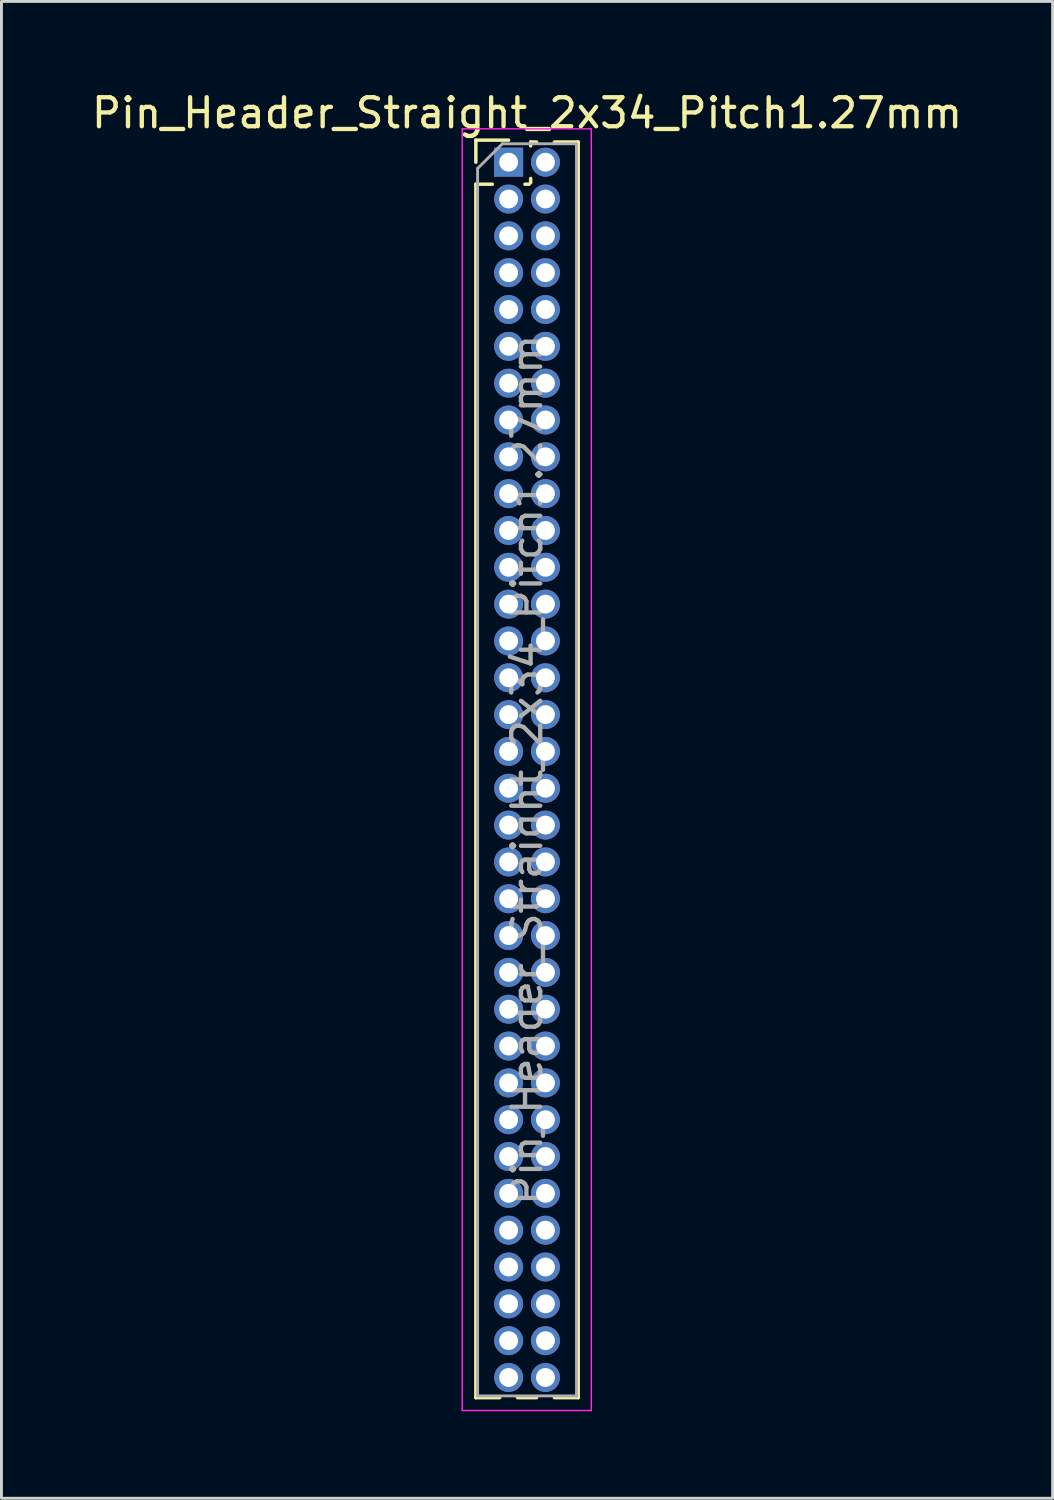
<source format=kicad_pcb>
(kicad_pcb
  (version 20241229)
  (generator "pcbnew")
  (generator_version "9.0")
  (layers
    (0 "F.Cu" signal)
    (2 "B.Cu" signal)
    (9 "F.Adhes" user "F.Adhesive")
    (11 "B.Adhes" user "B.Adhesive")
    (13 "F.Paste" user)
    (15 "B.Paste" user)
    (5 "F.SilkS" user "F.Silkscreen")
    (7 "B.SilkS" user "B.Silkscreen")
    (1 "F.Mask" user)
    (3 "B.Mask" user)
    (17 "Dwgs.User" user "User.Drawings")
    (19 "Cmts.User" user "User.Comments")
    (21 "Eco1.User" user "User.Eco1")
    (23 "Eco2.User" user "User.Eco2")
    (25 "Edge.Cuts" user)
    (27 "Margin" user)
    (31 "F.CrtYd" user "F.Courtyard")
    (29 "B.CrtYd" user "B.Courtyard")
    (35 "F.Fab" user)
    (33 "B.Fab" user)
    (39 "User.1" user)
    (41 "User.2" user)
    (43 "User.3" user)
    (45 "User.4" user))
  (footprint "Pin_Header_Straight_2x34_Pitch1.27mm"
    (layer "F.Cu")
    (at 14.49 2.543)
    (property "Reference" "Pin_Header_Straight_2x34_Pitch1.27mm" (at 0.635 -1.695 0) (layer "F.SilkS") (effects (font (size 1 1) (thickness 0.15))))
    (attr through_hole)
    (fp_line (start -1.13 -0.76) (end 0 -0.76) (stroke (width 0.12) (type solid)) (layer "F.SilkS"))
    (fp_line (start -1.13 0) (end -1.13 -0.76) (stroke (width 0.12) (type solid)) (layer "F.SilkS"))
    (fp_line (start -1.13 0.76) (end -1.13 42.605) (stroke (width 0.12) (type solid)) (layer "F.SilkS"))
    (fp_line (start -1.13 0.76) (end -0.563 0.76) (stroke (width 0.12) (type solid)) (layer "F.SilkS"))
    (fp_line (start -1.13 42.605) (end -0.308 42.605) (stroke (width 0.12) (type solid)) (layer "F.SilkS"))
    (fp_line (start 0.308 42.605) (end 0.962 42.605) (stroke (width 0.12) (type solid)) (layer "F.SilkS"))
    (fp_line (start 0.563 0.76) (end 0.707 0.76) (stroke (width 0.12) (type solid)) (layer "F.SilkS"))
    (fp_line (start 0.76 -0.695) (end 0.962 -0.695) (stroke (width 0.12) (type solid)) (layer "F.SilkS"))
    (fp_line (start 0.76 -0.563) (end 0.76 -0.695) (stroke (width 0.12) (type solid)) (layer "F.SilkS"))
    (fp_line (start 0.76 0.707) (end 0.76 0.563) (stroke (width 0.12) (type solid)) (layer "F.SilkS"))
    (fp_line (start 1.578 -0.695) (end 2.4 -0.695) (stroke (width 0.12) (type solid)) (layer "F.SilkS"))
    (fp_line (start 1.578 42.605) (end 2.4 42.605) (stroke (width 0.12) (type solid)) (layer "F.SilkS"))
    (fp_line (start 2.4 -0.695) (end 2.4 42.605) (stroke (width 0.12) (type solid)) (layer "F.SilkS"))
    (fp_line (start -1.6 -1.15) (end -1.6 43.05) (stroke (width 0.05) (type solid)) (layer "F.CrtYd"))
    (fp_line (start -1.6 43.05) (end 2.85 43.05) (stroke (width 0.05) (type solid)) (layer "F.CrtYd"))
    (fp_line (start 2.85 -1.15) (end -1.6 -1.15) (stroke (width 0.05) (type solid)) (layer "F.CrtYd"))
    (fp_line (start 2.85 43.05) (end 2.85 -1.15) (stroke (width 0.05) (type solid)) (layer "F.CrtYd"))
    (fp_line (start -1.07 0.217) (end -0.217 -0.635) (stroke (width 0.1) (type solid)) (layer "F.Fab"))
    (fp_line (start -1.07 42.545) (end -1.07 0.217) (stroke (width 0.1) (type solid)) (layer "F.Fab"))
    (fp_line (start -0.217 -0.635) (end 2.34 -0.635) (stroke (width 0.1) (type solid)) (layer "F.Fab"))
    (fp_line (start 2.34 -0.635) (end 2.34 42.545) (stroke (width 0.1) (type solid)) (layer "F.Fab"))
    (fp_line (start 2.34 42.545) (end -1.07 42.545) (stroke (width 0.1) (type solid)) (layer "F.Fab"))
    (fp_text user "${REFERENCE}" (at 0.635 20.955 90) (layer "F.Fab") (effects (font (size 1 1) (thickness 0.15))))
    (pad "1" thru_hole rect (at 0 0) (size 1 1) (drill 0.65) (layers "*.Cu" "*.Mask"))
    (pad "2" thru_hole oval (at 1.27 0) (size 1 1) (drill 0.65) (layers "*.Cu" "*.Mask"))
    (pad "3" thru_hole oval (at 0 1.27) (size 1 1) (drill 0.65) (layers "*.Cu" "*.Mask"))
    (pad "4" thru_hole oval (at 1.27 1.27) (size 1 1) (drill 0.65) (layers "*.Cu" "*.Mask"))
    (pad "5" thru_hole oval (at 0 2.54) (size 1 1) (drill 0.65) (layers "*.Cu" "*.Mask"))
    (pad "6" thru_hole oval (at 1.27 2.54) (size 1 1) (drill 0.65) (layers "*.Cu" "*.Mask"))
    (pad "7" thru_hole oval (at 0 3.81) (size 1 1) (drill 0.65) (layers "*.Cu" "*.Mask"))
    (pad "8" thru_hole oval (at 1.27 3.81) (size 1 1) (drill 0.65) (layers "*.Cu" "*.Mask"))
    (pad "9" thru_hole oval (at 0 5.08) (size 1 1) (drill 0.65) (layers "*.Cu" "*.Mask"))
    (pad "10" thru_hole oval (at 1.27 5.08) (size 1 1) (drill 0.65) (layers "*.Cu" "*.Mask"))
    (pad "11" thru_hole oval (at 0 6.35) (size 1 1) (drill 0.65) (layers "*.Cu" "*.Mask"))
    (pad "12" thru_hole oval (at 1.27 6.35) (size 1 1) (drill 0.65) (layers "*.Cu" "*.Mask"))
    (pad "13" thru_hole oval (at 0 7.62) (size 1 1) (drill 0.65) (layers "*.Cu" "*.Mask"))
    (pad "14" thru_hole oval (at 1.27 7.62) (size 1 1) (drill 0.65) (layers "*.Cu" "*.Mask"))
    (pad "15" thru_hole oval (at 0 8.89) (size 1 1) (drill 0.65) (layers "*.Cu" "*.Mask"))
    (pad "16" thru_hole oval (at 1.27 8.89) (size 1 1) (drill 0.65) (layers "*.Cu" "*.Mask"))
    (pad "17" thru_hole oval (at 0 10.16) (size 1 1) (drill 0.65) (layers "*.Cu" "*.Mask"))
    (pad "18" thru_hole oval (at 1.27 10.16) (size 1 1) (drill 0.65) (layers "*.Cu" "*.Mask"))
    (pad "19" thru_hole oval (at 0 11.43) (size 1 1) (drill 0.65) (layers "*.Cu" "*.Mask"))
    (pad "20" thru_hole oval (at 1.27 11.43) (size 1 1) (drill 0.65) (layers "*.Cu" "*.Mask"))
    (pad "21" thru_hole oval (at 0 12.7) (size 1 1) (drill 0.65) (layers "*.Cu" "*.Mask"))
    (pad "22" thru_hole oval (at 1.27 12.7) (size 1 1) (drill 0.65) (layers "*.Cu" "*.Mask"))
    (pad "23" thru_hole oval (at 0 13.97) (size 1 1) (drill 0.65) (layers "*.Cu" "*.Mask"))
    (pad "24" thru_hole oval (at 1.27 13.97) (size 1 1) (drill 0.65) (layers "*.Cu" "*.Mask"))
    (pad "25" thru_hole oval (at 0 15.24) (size 1 1) (drill 0.65) (layers "*.Cu" "*.Mask"))
    (pad "26" thru_hole oval (at 1.27 15.24) (size 1 1) (drill 0.65) (layers "*.Cu" "*.Mask"))
    (pad "27" thru_hole oval (at 0 16.51) (size 1 1) (drill 0.65) (layers "*.Cu" "*.Mask"))
    (pad "28" thru_hole oval (at 1.27 16.51) (size 1 1) (drill 0.65) (layers "*.Cu" "*.Mask"))
    (pad "29" thru_hole oval (at 0 17.78) (size 1 1) (drill 0.65) (layers "*.Cu" "*.Mask"))
    (pad "30" thru_hole oval (at 1.27 17.78) (size 1 1) (drill 0.65) (layers "*.Cu" "*.Mask"))
    (pad "31" thru_hole oval (at 0 19.05) (size 1 1) (drill 0.65) (layers "*.Cu" "*.Mask"))
    (pad "32" thru_hole oval (at 1.27 19.05) (size 1 1) (drill 0.65) (layers "*.Cu" "*.Mask"))
    (pad "33" thru_hole oval (at 0 20.32) (size 1 1) (drill 0.65) (layers "*.Cu" "*.Mask"))
    (pad "34" thru_hole oval (at 1.27 20.32) (size 1 1) (drill 0.65) (layers "*.Cu" "*.Mask"))
    (pad "35" thru_hole oval (at 0 21.59) (size 1 1) (drill 0.65) (layers "*.Cu" "*.Mask"))
    (pad "36" thru_hole oval (at 1.27 21.59) (size 1 1) (drill 0.65) (layers "*.Cu" "*.Mask"))
    (pad "37" thru_hole oval (at 0 22.86) (size 1 1) (drill 0.65) (layers "*.Cu" "*.Mask"))
    (pad "38" thru_hole oval (at 1.27 22.86) (size 1 1) (drill 0.65) (layers "*.Cu" "*.Mask"))
    (pad "39" thru_hole oval (at 0 24.13) (size 1 1) (drill 0.65) (layers "*.Cu" "*.Mask"))
    (pad "40" thru_hole oval (at 1.27 24.13) (size 1 1) (drill 0.65) (layers "*.Cu" "*.Mask"))
    (pad "41" thru_hole oval (at 0 25.4) (size 1 1) (drill 0.65) (layers "*.Cu" "*.Mask"))
    (pad "42" thru_hole oval (at 1.27 25.4) (size 1 1) (drill 0.65) (layers "*.Cu" "*.Mask"))
    (pad "43" thru_hole oval (at 0 26.67) (size 1 1) (drill 0.65) (layers "*.Cu" "*.Mask"))
    (pad "44" thru_hole oval (at 1.27 26.67) (size 1 1) (drill 0.65) (layers "*.Cu" "*.Mask"))
    (pad "45" thru_hole oval (at 0 27.94) (size 1 1) (drill 0.65) (layers "*.Cu" "*.Mask"))
    (pad "46" thru_hole oval (at 1.27 27.94) (size 1 1) (drill 0.65) (layers "*.Cu" "*.Mask"))
    (pad "47" thru_hole oval (at 0 29.21) (size 1 1) (drill 0.65) (layers "*.Cu" "*.Mask"))
    (pad "48" thru_hole oval (at 1.27 29.21) (size 1 1) (drill 0.65) (layers "*.Cu" "*.Mask"))
    (pad "49" thru_hole oval (at 0 30.48) (size 1 1) (drill 0.65) (layers "*.Cu" "*.Mask"))
    (pad "50" thru_hole oval (at 1.27 30.48) (size 1 1) (drill 0.65) (layers "*.Cu" "*.Mask"))
    (pad "51" thru_hole oval (at 0 31.75) (size 1 1) (drill 0.65) (layers "*.Cu" "*.Mask"))
    (pad "52" thru_hole oval (at 1.27 31.75) (size 1 1) (drill 0.65) (layers "*.Cu" "*.Mask"))
    (pad "53" thru_hole oval (at 0 33.02) (size 1 1) (drill 0.65) (layers "*.Cu" "*.Mask"))
    (pad "54" thru_hole oval (at 1.27 33.02) (size 1 1) (drill 0.65) (layers "*.Cu" "*.Mask"))
    (pad "55" thru_hole oval (at 0 34.29) (size 1 1) (drill 0.65) (layers "*.Cu" "*.Mask"))
    (pad "56" thru_hole oval (at 1.27 34.29) (size 1 1) (drill 0.65) (layers "*.Cu" "*.Mask"))
    (pad "57" thru_hole oval (at 0 35.56) (size 1 1) (drill 0.65) (layers "*.Cu" "*.Mask"))
    (pad "58" thru_hole oval (at 1.27 35.56) (size 1 1) (drill 0.65) (layers "*.Cu" "*.Mask"))
    (pad "59" thru_hole oval (at 0 36.83) (size 1 1) (drill 0.65) (layers "*.Cu" "*.Mask"))
    (pad "60" thru_hole oval (at 1.27 36.83) (size 1 1) (drill 0.65) (layers "*.Cu" "*.Mask"))
    (pad "61" thru_hole oval (at 0 38.1) (size 1 1) (drill 0.65) (layers "*.Cu" "*.Mask"))
    (pad "62" thru_hole oval (at 1.27 38.1) (size 1 1) (drill 0.65) (layers "*.Cu" "*.Mask"))
    (pad "63" thru_hole oval (at 0 39.37) (size 1 1) (drill 0.65) (layers "*.Cu" "*.Mask"))
    (pad "64" thru_hole oval (at 1.27 39.37) (size 1 1) (drill 0.65) (layers "*.Cu" "*.Mask"))
    (pad "65" thru_hole oval (at 0 40.64) (size 1 1) (drill 0.65) (layers "*.Cu" "*.Mask"))
    (pad "66" thru_hole oval (at 1.27 40.64) (size 1 1) (drill 0.65) (layers "*.Cu" "*.Mask"))
    (pad "67" thru_hole oval (at 0 41.91) (size 1 1) (drill 0.65) (layers "*.Cu" "*.Mask"))
    (pad "68" thru_hole oval (at 1.27 41.91) (size 1 1) (drill 0.65) (layers "*.Cu" "*.Mask")))
  (gr_rect
    (start -3 -3)
    (end 33.25 48.618)
    (stroke (width 0.1) (type default))
    (fill no)
    (layer "Edge.Cuts")))
</source>
